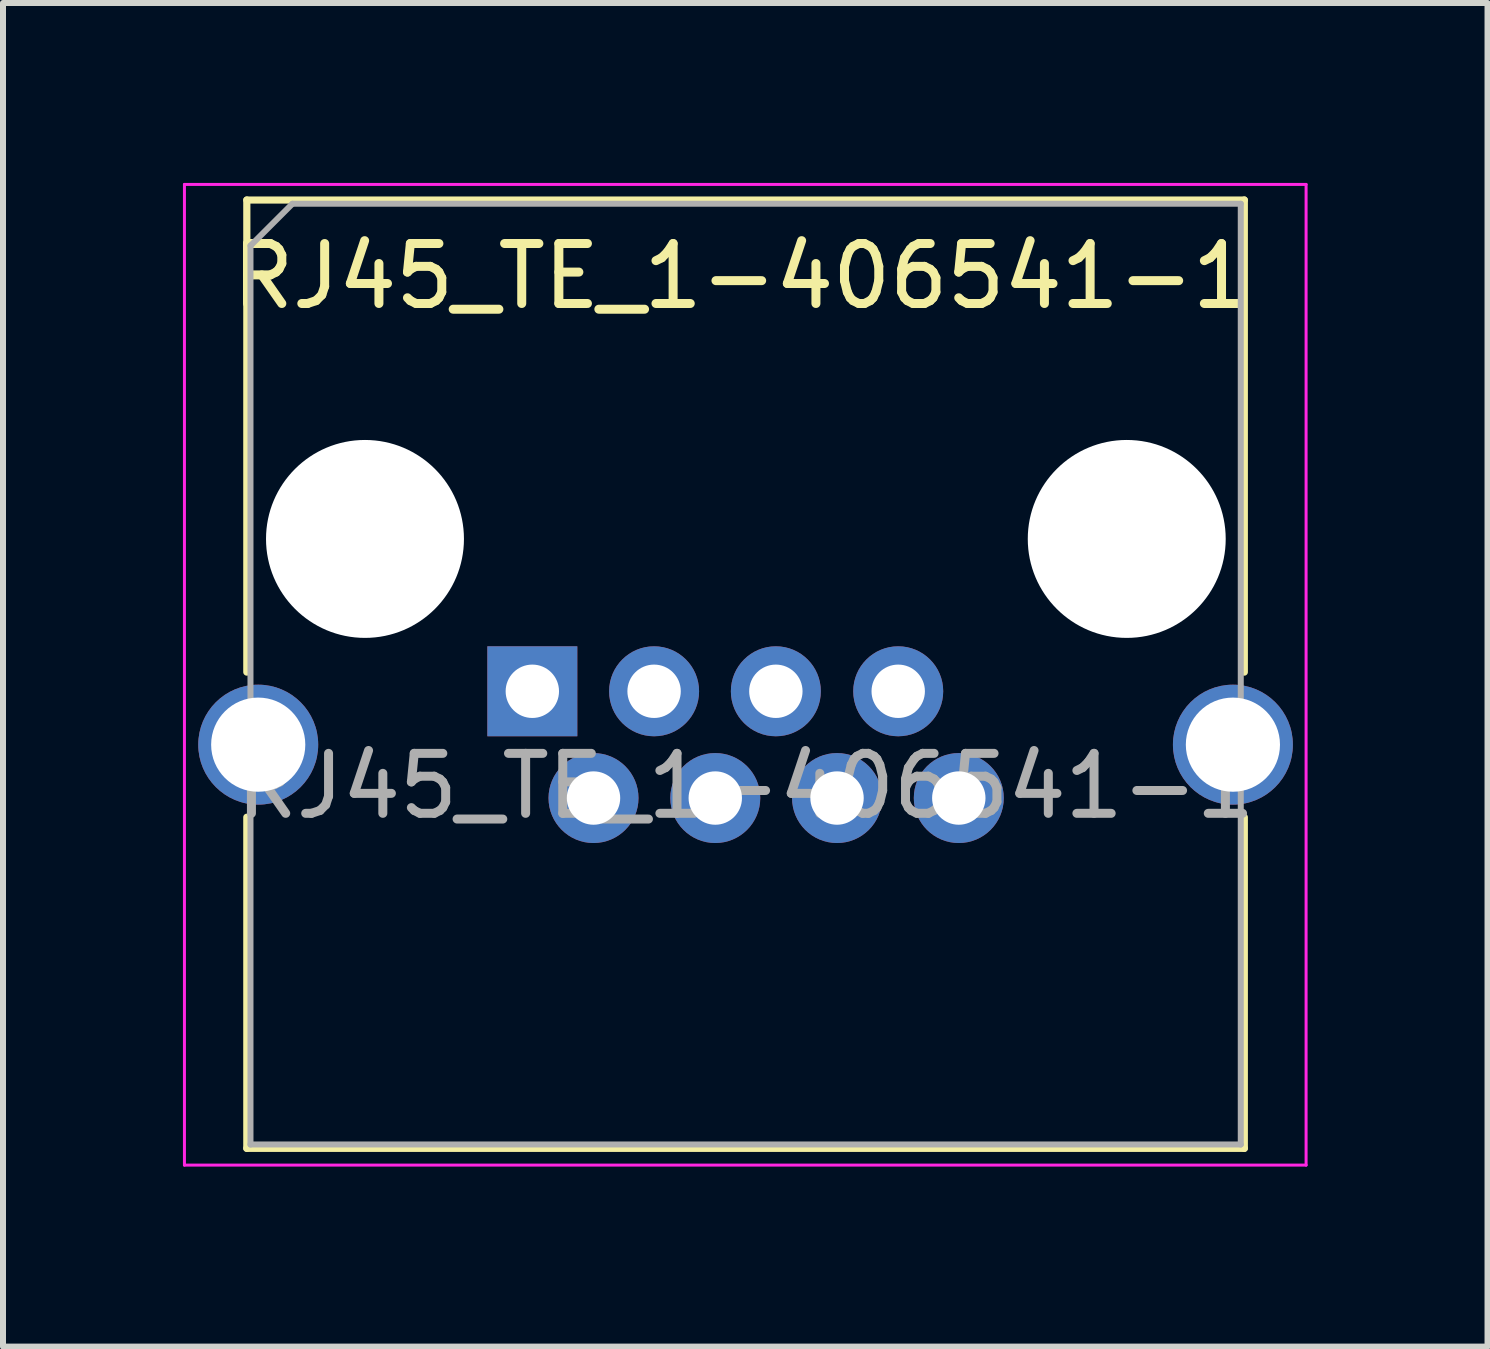
<source format=kicad_pcb>
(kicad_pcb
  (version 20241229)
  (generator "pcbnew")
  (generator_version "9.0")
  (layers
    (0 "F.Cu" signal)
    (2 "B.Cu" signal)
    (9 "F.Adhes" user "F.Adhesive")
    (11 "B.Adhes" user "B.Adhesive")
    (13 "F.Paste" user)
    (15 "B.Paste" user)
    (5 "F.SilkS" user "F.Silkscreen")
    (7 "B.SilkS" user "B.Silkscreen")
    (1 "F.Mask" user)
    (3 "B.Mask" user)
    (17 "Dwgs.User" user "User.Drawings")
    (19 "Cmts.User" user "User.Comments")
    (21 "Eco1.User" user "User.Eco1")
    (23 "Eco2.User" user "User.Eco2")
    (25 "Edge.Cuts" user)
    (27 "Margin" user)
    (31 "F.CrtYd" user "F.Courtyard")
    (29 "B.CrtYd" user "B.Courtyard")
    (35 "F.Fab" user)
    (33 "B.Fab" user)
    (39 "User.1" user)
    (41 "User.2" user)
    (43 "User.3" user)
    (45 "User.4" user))
  (footprint "RJ45_TE_1-406541-1"
    (layer "F.Cu")
    (at 5.825 8.475)
    (property "Reference" "RJ45_TE_1-406541-1" (at 3.49 -6.92 0) (layer "F.SilkS") (effects (font (size 1 1) (thickness 0.15))))
    (attr through_hole)
    (fp_line (start -4.76 -8.19) (end -4.76 -0.32) (stroke (width 0.12) (type solid)) (layer "F.SilkS"))
    (fp_line (start -4.76 7.62) (end -4.76 2.1) (stroke (width 0.12) (type solid)) (layer "F.SilkS"))
    (fp_line (start 11.87 -8.19) (end -4.76 -8.19) (stroke (width 0.12) (type solid)) (layer "F.SilkS"))
    (fp_line (start 11.87 -8.19) (end 11.87 -0.32) (stroke (width 0.12) (type solid)) (layer "F.SilkS"))
    (fp_line (start 11.87 7.62) (end -4.76 7.62) (stroke (width 0.12) (type solid)) (layer "F.SilkS"))
    (fp_line (start 11.87 7.62) (end 11.87 2.1) (stroke (width 0.12) (type solid)) (layer "F.SilkS"))
    (fp_line (start -5.8 -8.45) (end -5.8 7.9) (stroke (width 0.05) (type solid)) (layer "F.CrtYd"))
    (fp_line (start -5.8 7.9) (end 12.9 7.9) (stroke (width 0.05) (type solid)) (layer "F.CrtYd"))
    (fp_line (start 12.9 -8.45) (end -5.8 -8.45) (stroke (width 0.05) (type solid)) (layer "F.CrtYd"))
    (fp_line (start 12.9 7.9) (end 12.9 -8.45) (stroke (width 0.05) (type solid)) (layer "F.CrtYd"))
    (fp_line (start -4.699 -7.429) (end -4 -8.128) (stroke (width 0.1) (type solid)) (layer "F.Fab"))
    (fp_line (start -4.699 7.556) (end -4.699 -7.429) (stroke (width 0.1) (type solid)) (layer "F.Fab"))
    (fp_line (start -4 -8.128) (end 11.811 -8.128) (stroke (width 0.1) (type solid)) (layer "F.Fab"))
    (fp_line (start 11.811 -8.128) (end 11.811 7.556) (stroke (width 0.1) (type solid)) (layer "F.Fab"))
    (fp_line (start 11.811 7.556) (end -4.699 7.556) (stroke (width 0.1) (type solid)) (layer "F.Fab"))
    (fp_text user "${REFERENCE}" (at 3.555 1.58 0) (layer "F.Fab") (effects (font (size 1 1) (thickness 0.15))))
    (pad "" np_thru_hole circle (at -2.79 -2.54) (size 3.3 3.3) (drill 3.3) (layers "*.Cu" "*.Mask"))
    (pad "" np_thru_hole circle (at 9.91 -2.54) (size 3.3 3.3) (drill 3.3) (layers "*.Cu" "*.Mask"))
    (pad "1" thru_hole rect (at 0 0) (size 1.5 1.5) (drill 0.89) (layers "*.Cu" "*.Mask"))
    (pad "2" thru_hole circle (at 1.02 1.78) (size 1.5 1.5) (drill 0.89) (layers "*.Cu" "*.Mask"))
    (pad "3" thru_hole circle (at 2.03 0) (size 1.5 1.5) (drill 0.89) (layers "*.Cu" "*.Mask"))
    (pad "4" thru_hole circle (at 3.05 1.78) (size 1.5 1.5) (drill 0.89) (layers "*.Cu" "*.Mask"))
    (pad "5" thru_hole circle (at 4.06 0) (size 1.5 1.5) (drill 0.89) (layers "*.Cu" "*.Mask"))
    (pad "6" thru_hole circle (at 5.08 1.78) (size 1.5 1.5) (drill 0.89) (layers "*.Cu" "*.Mask"))
    (pad "7" thru_hole circle (at 6.1 0) (size 1.5 1.5) (drill 0.89) (layers "*.Cu" "*.Mask"))
    (pad "8" thru_hole circle (at 7.11 1.78) (size 1.5 1.5) (drill 0.89) (layers "*.Cu" "*.Mask"))
    (pad "9" thru_hole circle (at -4.57 0.89) (size 2 2) (drill 1.57) (layers "*.Cu" "*.Mask"))
    (pad "9" thru_hole circle (at 11.68 0.89) (size 2 2) (drill 1.57) (layers "*.Cu" "*.Mask")))
  (gr_rect
    (start -3 -3)
    (end 21.75 19.4)
    (stroke (width 0.1) (type default))
    (fill no)
    (layer "Edge.Cuts")))
</source>
